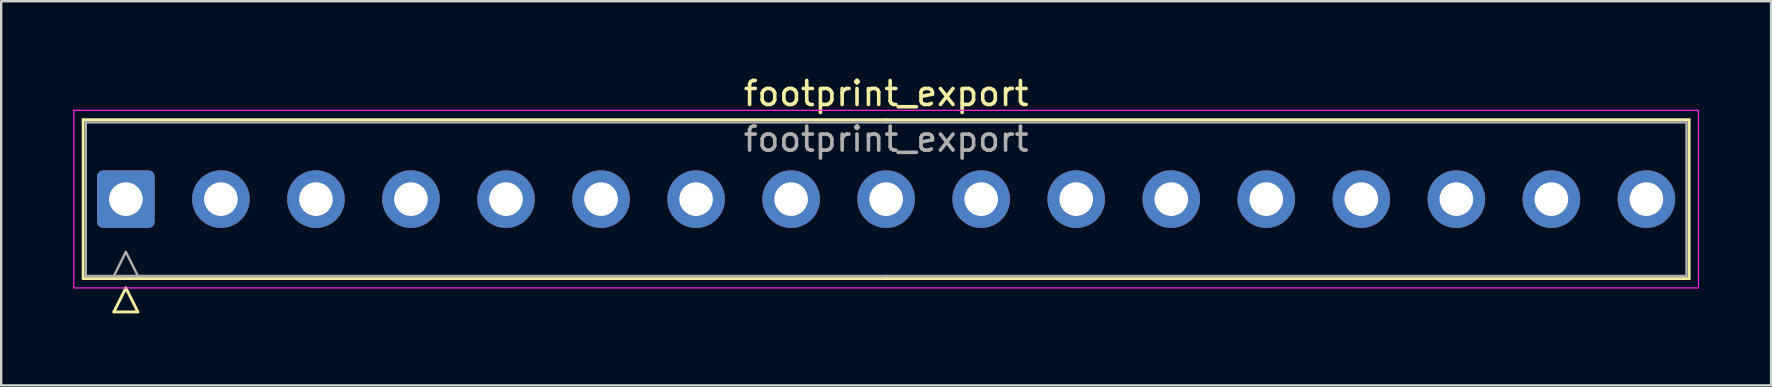
<source format=kicad_pcb>
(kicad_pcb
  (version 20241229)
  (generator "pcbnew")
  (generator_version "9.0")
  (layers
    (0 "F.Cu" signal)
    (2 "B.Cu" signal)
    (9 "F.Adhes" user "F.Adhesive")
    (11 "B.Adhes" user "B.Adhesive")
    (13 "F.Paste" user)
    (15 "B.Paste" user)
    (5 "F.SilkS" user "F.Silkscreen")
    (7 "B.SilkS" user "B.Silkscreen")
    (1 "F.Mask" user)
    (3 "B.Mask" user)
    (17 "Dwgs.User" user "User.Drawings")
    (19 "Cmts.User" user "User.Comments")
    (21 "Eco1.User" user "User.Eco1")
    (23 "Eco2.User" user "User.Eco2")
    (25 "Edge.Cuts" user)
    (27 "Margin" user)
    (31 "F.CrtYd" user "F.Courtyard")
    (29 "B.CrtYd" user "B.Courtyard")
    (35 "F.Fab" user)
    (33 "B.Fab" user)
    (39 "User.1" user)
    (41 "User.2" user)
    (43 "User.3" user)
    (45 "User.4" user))
  (footprint "footprint_export"
    (layer "F.Cu")
    (at 2.195 5.248)
    (property "Reference" "footprint_export" (at 31.68 -4.4 0) (layer "F.SilkS") (effects (font (size 1 1) (thickness 0.15))))
    (attr through_hole)
    (fp_line (start -1.78 -3.31) (end -1.78 3.31) (stroke (width 0.12) (type solid)) (layer "F.SilkS"))
    (fp_line (start -1.78 3.31) (end 31.68 3.31) (stroke (width 0.12) (type solid)) (layer "F.SilkS"))
    (fp_line (start -0.5 4.7) (end 0 3.7) (stroke (width 0.12) (type solid)) (layer "F.SilkS"))
    (fp_line (start 0 3.7) (end 0.5 4.7) (stroke (width 0.12) (type solid)) (layer "F.SilkS"))
    (fp_line (start 0.5 4.7) (end -0.5 4.7) (stroke (width 0.12) (type solid)) (layer "F.SilkS"))
    (fp_line (start 31.68 -3.31) (end -1.78 -3.31) (stroke (width 0.12) (type solid)) (layer "F.SilkS"))
    (fp_line (start 31.68 -3.31) (end 65.14 -3.31) (stroke (width 0.12) (type solid)) (layer "F.SilkS"))
    (fp_line (start 65.14 -3.31) (end 65.14 3.31) (stroke (width 0.12) (type solid)) (layer "F.SilkS"))
    (fp_line (start 65.14 3.31) (end 31.68 3.31) (stroke (width 0.12) (type solid)) (layer "F.SilkS"))
    (fp_line (start -2.17 -3.7) (end -2.17 3.7) (stroke (width 0.05) (type solid)) (layer "F.CrtYd"))
    (fp_line (start -2.17 3.7) (end 65.53 3.7) (stroke (width 0.05) (type solid)) (layer "F.CrtYd"))
    (fp_line (start 65.53 -3.7) (end -2.17 -3.7) (stroke (width 0.05) (type solid)) (layer "F.CrtYd"))
    (fp_line (start 65.53 3.7) (end 65.53 -3.7) (stroke (width 0.05) (type solid)) (layer "F.CrtYd"))
    (fp_line (start -1.67 -3.2) (end -1.67 3.2) (stroke (width 0.1) (type solid)) (layer "F.Fab"))
    (fp_line (start -1.67 3.2) (end 31.68 3.2) (stroke (width 0.1) (type solid)) (layer "F.Fab"))
    (fp_line (start -0.5 3.2) (end 0 2.2) (stroke (width 0.1) (type solid)) (layer "F.Fab"))
    (fp_line (start 0 2.2) (end 0.5 3.2) (stroke (width 0.1) (type solid)) (layer "F.Fab"))
    (fp_line (start 31.68 -3.2) (end -1.67 -3.2) (stroke (width 0.1) (type solid)) (layer "F.Fab"))
    (fp_line (start 31.68 -3.2) (end 65.03 -3.2) (stroke (width 0.1) (type solid)) (layer "F.Fab"))
    (fp_line (start 65.03 -3.2) (end 65.03 3.2) (stroke (width 0.1) (type solid)) (layer "F.Fab"))
    (fp_line (start 65.03 3.2) (end 31.68 3.2) (stroke (width 0.1) (type solid)) (layer "F.Fab"))
    (fp_text user "${REFERENCE}" (at 31.68 -2.5 0) (layer "F.Fab") (effects (font (size 1 1) (thickness 0.15))))
    (pad "1" thru_hole roundrect (at 0 0) (size 2.4 2.4) (drill 1.4) (layers "*.Cu" "*.Mask") (roundrect_rratio 0.104))
    (pad "2" thru_hole circle (at 3.96 0) (size 2.4 2.4) (drill 1.4) (layers "*.Cu" "*.Mask"))
    (pad "3" thru_hole circle (at 7.92 0) (size 2.4 2.4) (drill 1.4) (layers "*.Cu" "*.Mask"))
    (pad "4" thru_hole circle (at 11.88 0) (size 2.4 2.4) (drill 1.4) (layers "*.Cu" "*.Mask"))
    (pad "5" thru_hole circle (at 15.84 0) (size 2.4 2.4) (drill 1.4) (layers "*.Cu" "*.Mask"))
    (pad "6" thru_hole circle (at 19.8 0) (size 2.4 2.4) (drill 1.4) (layers "*.Cu" "*.Mask"))
    (pad "7" thru_hole circle (at 23.76 0) (size 2.4 2.4) (drill 1.4) (layers "*.Cu" "*.Mask"))
    (pad "8" thru_hole circle (at 27.72 0) (size 2.4 2.4) (drill 1.4) (layers "*.Cu" "*.Mask"))
    (pad "9" thru_hole circle (at 31.68 0) (size 2.4 2.4) (drill 1.4) (layers "*.Cu" "*.Mask"))
    (pad "10" thru_hole circle (at 35.64 0) (size 2.4 2.4) (drill 1.4) (layers "*.Cu" "*.Mask"))
    (pad "11" thru_hole circle (at 39.6 0) (size 2.4 2.4) (drill 1.4) (layers "*.Cu" "*.Mask"))
    (pad "12" thru_hole circle (at 43.56 0) (size 2.4 2.4) (drill 1.4) (layers "*.Cu" "*.Mask"))
    (pad "13" thru_hole circle (at 47.52 0) (size 2.4 2.4) (drill 1.4) (layers "*.Cu" "*.Mask"))
    (pad "14" thru_hole circle (at 51.48 0) (size 2.4 2.4) (drill 1.4) (layers "*.Cu" "*.Mask"))
    (pad "15" thru_hole circle (at 55.44 0) (size 2.4 2.4) (drill 1.4) (layers "*.Cu" "*.Mask"))
    (pad "16" thru_hole circle (at 59.4 0) (size 2.4 2.4) (drill 1.4) (layers "*.Cu" "*.Mask"))
    (pad "17" thru_hole circle (at 63.36 0) (size 2.4 2.4) (drill 1.4) (layers "*.Cu" "*.Mask")))
  (gr_rect
    (start -3 -3)
    (end 70.75 13.008)
    (stroke (width 0.1) (type default))
    (fill no)
    (layer "Edge.Cuts")))
</source>
